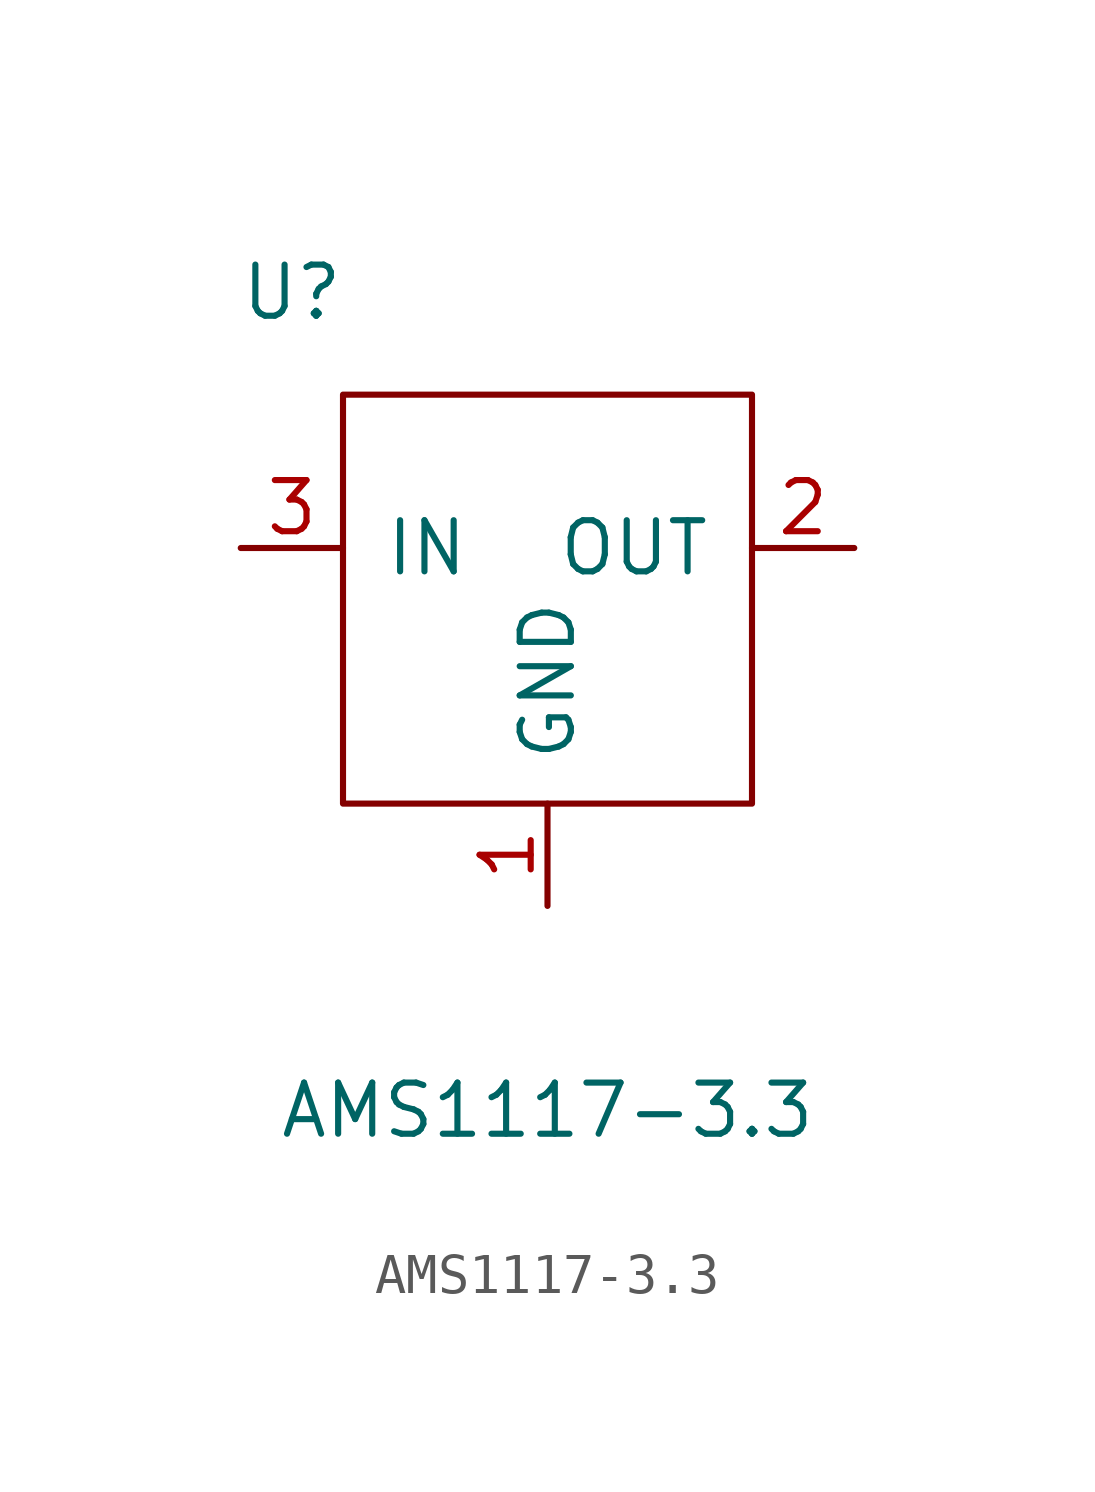
<source format=kicad_sym>
(kicad_symbol_lib
  (version 20220914)
  (generator kicad_symbol_editor)
  (symbol "AMS1117-3.3"
    (pin_names
      (offset 1.016))
    (property "Reference" "U"
      (at -6.35 6.35 0)
      (effects (font (size 1.27 1.27))))
    (property "Value" "AMS1117-3.3"
      (at 0 -13.97 0)
      (effects (font (size 1.27 1.27))))
    (symbol "AMS1117-3.3_0_1"
      (rectangle (start -5.08 3.81) (end 5.08 -6.35) (stroke (width 0) (type solid)) (fill (type none))))
    (symbol "AMS1117-3.3_1_1"
      (pin input line (at 0 -8.89 90) (length 2.54) (name "GND" (effects (font (size 1.27 1.27)))) (number "1" (effects (font (size 1.27 1.27)))))
      (pin input line (at 7.62 0 180) (length 2.54) (name "OUT" (effects (font (size 1.27 1.27)))) (number "2" (effects (font (size 1.27 1.27)))))
      (pin input line (at -7.62 0 0) (length 2.54) (name "IN" (effects (font (size 1.27 1.27)))) (number "3" (effects (font (size 1.27 1.27))))))))
</source>
